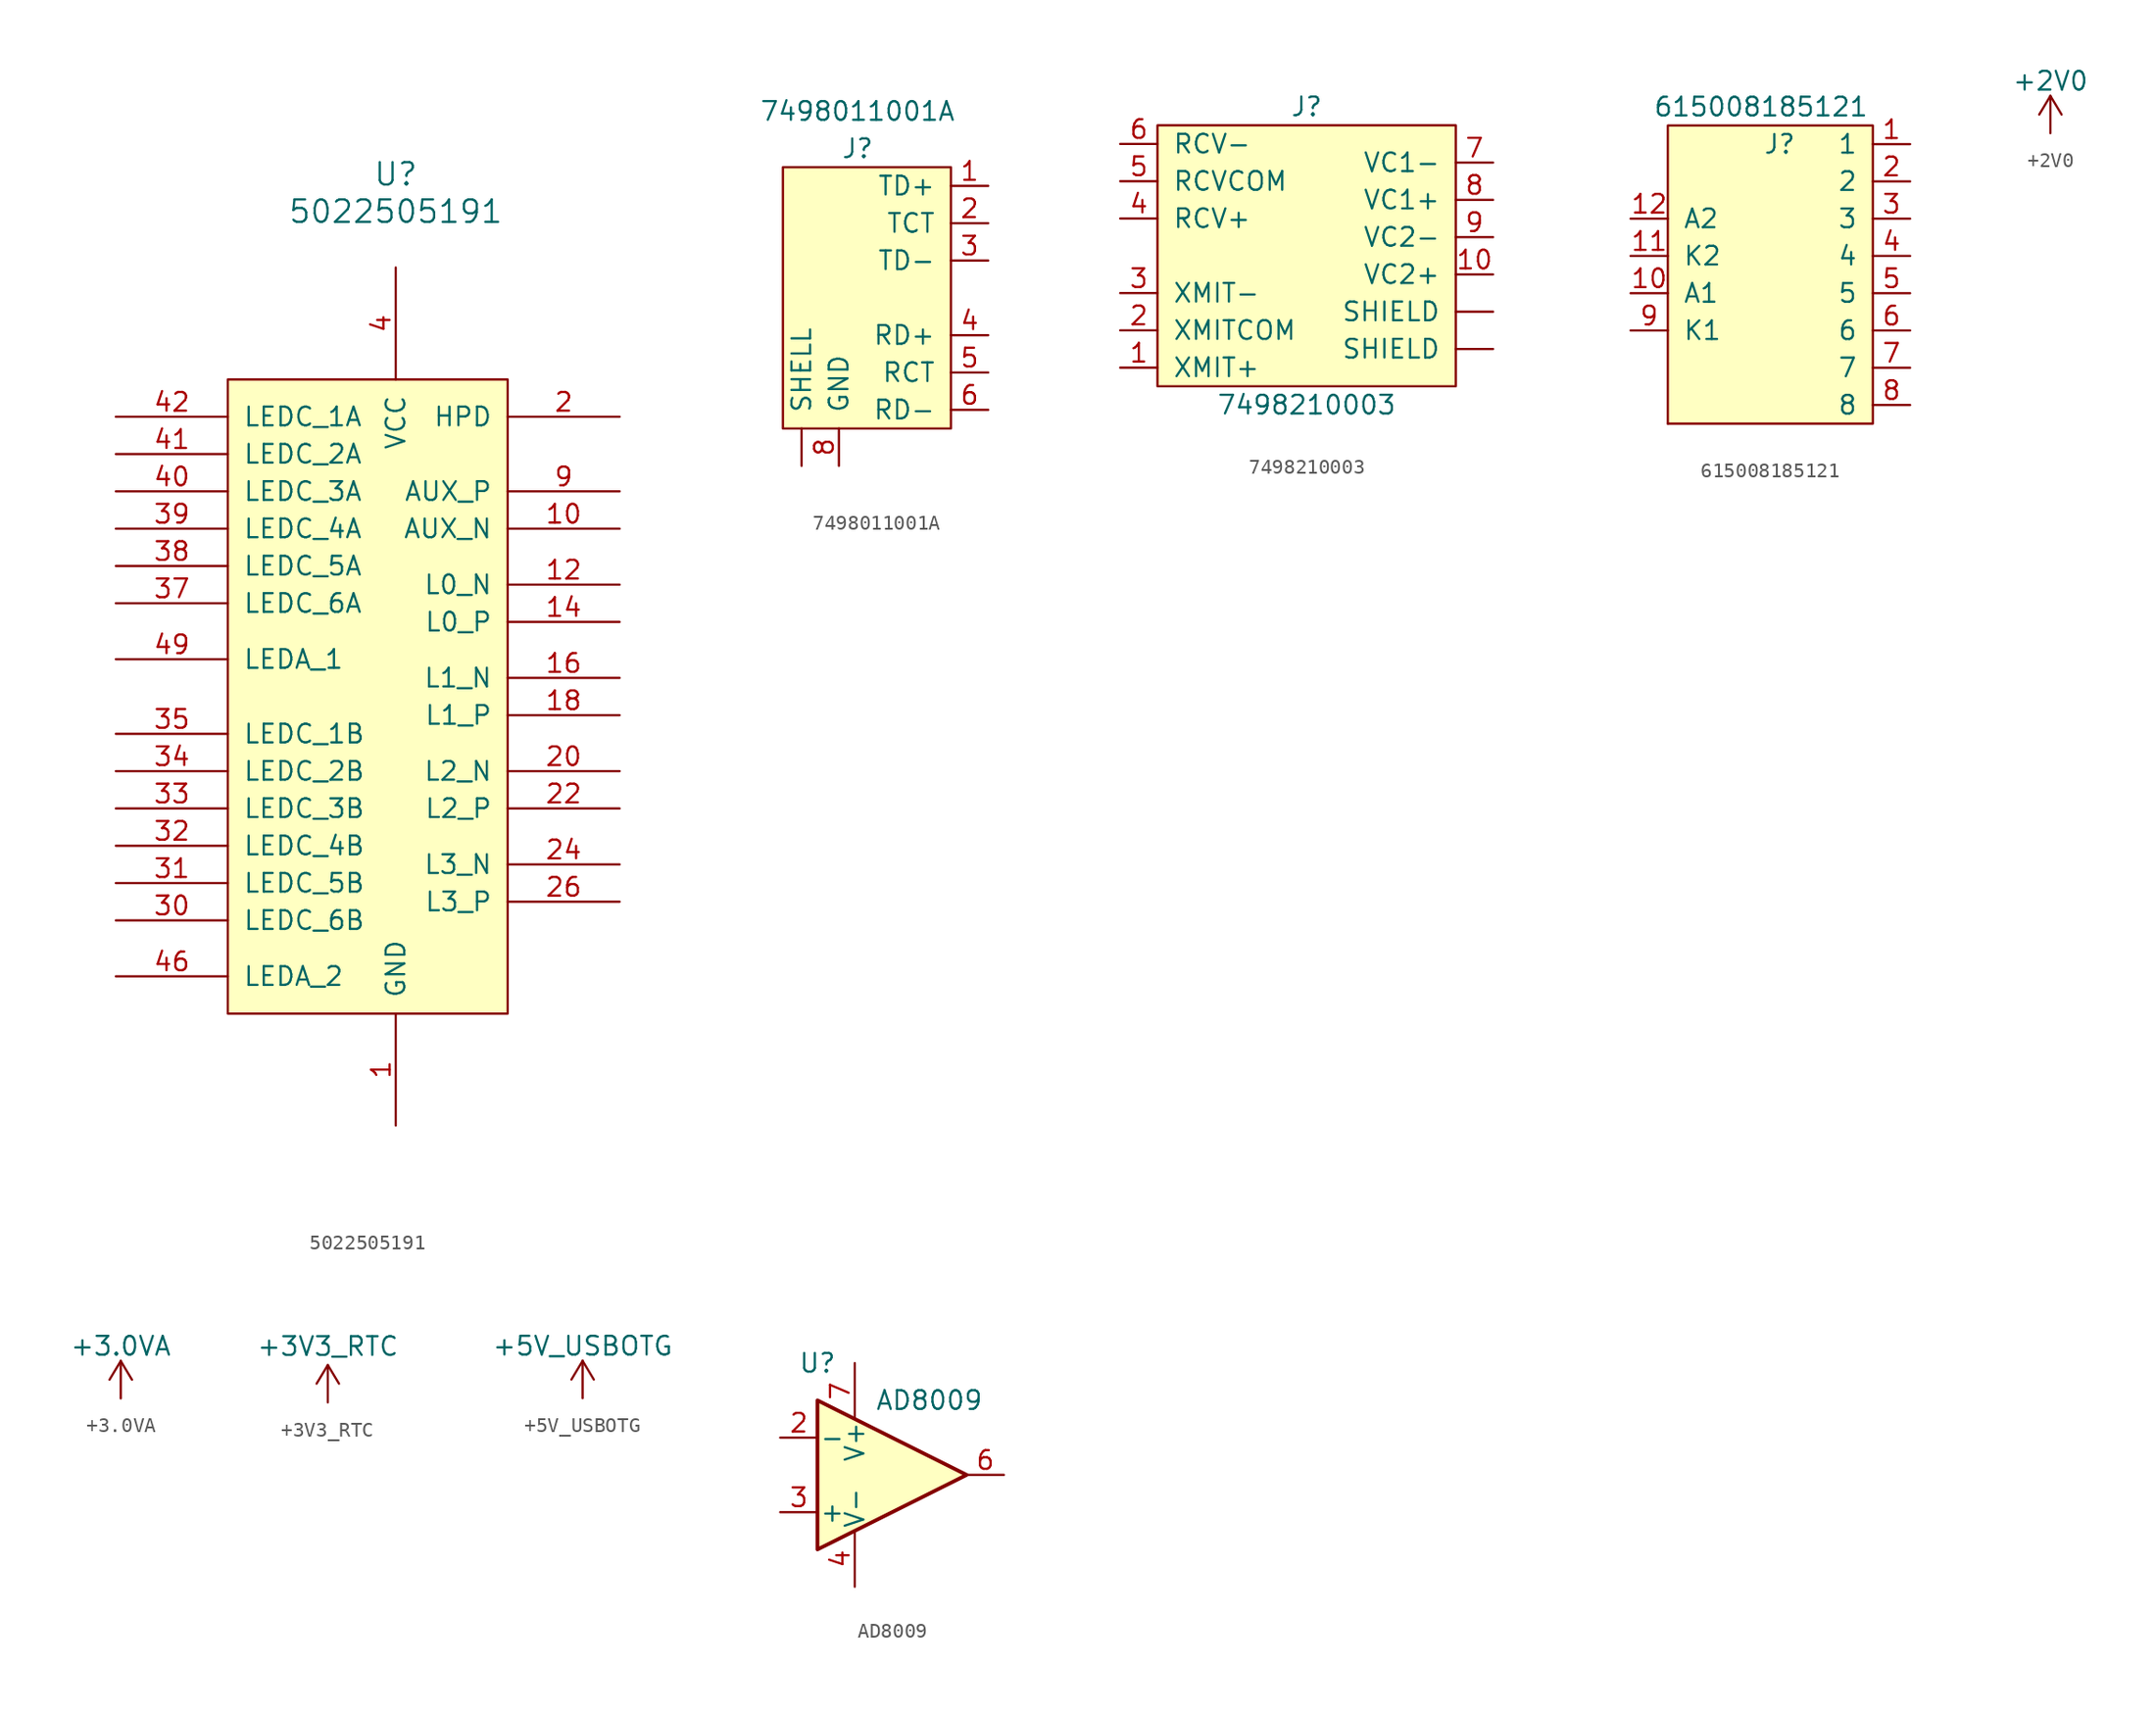
<source format=kicad_sym>
(kicad_symbol_lib
  (version 20231120)
  (generator "kicad_symbol_editor")
  (generator_version "8.0")
  (symbol "5022505191"
    (pin_names
      (offset 1.016))
    (property "Reference" "U"
      (at 0 35.56 0)
      (effects (font (size 1.524 1.524))))
    (property "Value" "5022505191"
      (at 0 33.02 0)
      (effects (font (size 1.524 1.524))))
    (property "Footprint" ""
      (at 0 0 0)
      (effects (font (size 1.524 1.524))))
    (property "Datasheet" ""
      (at 0 0 0)
      (effects (font (size 1.524 1.524))))
    (symbol "5022505191_0_1"
      (rectangle (start -11.43 21.59) (end 7.62 -21.59) (stroke (width 0) (type solid)) (fill (type background))))
    (symbol "5022505191_1_1"
      (pin power_in line (at 0 -29.21 90) (length 7.62) (name "GND" (effects (font (size 1.27 1.27)))) (number "1" (effects (font (size 1.27 1.27)))))
      (pin bidirectional line (at 15.24 11.43 180) (length 7.62) (name "AUX_N" (effects (font (size 1.27 1.27)))) (number "10" (effects (font (size 1.27 1.27)))))
      (pin power_in line (at 0 -29.21 90) (length 7.62) hide (name "GND" (effects (font (size 1.27 1.27)))) (number "11" (effects (font (size 1.27 1.27)))))
      (pin input line (at 15.24 7.62 180) (length 7.62) (name "L0_N" (effects (font (size 1.27 1.27)))) (number "12" (effects (font (size 1.27 1.27)))))
      (pin input line (at 15.24 5.08 180) (length 7.62) (name "L0_P" (effects (font (size 1.27 1.27)))) (number "14" (effects (font (size 1.27 1.27)))))
      (pin power_in line (at 0 -29.21 90) (length 7.62) hide (name "GND" (effects (font (size 1.27 1.27)))) (number "15" (effects (font (size 1.27 1.27)))))
      (pin input line (at 15.24 1.27 180) (length 7.62) (name "L1_N" (effects (font (size 1.27 1.27)))) (number "16" (effects (font (size 1.27 1.27)))))
      (pin input line (at 15.24 -1.27 180) (length 7.62) (name "L1_P" (effects (font (size 1.27 1.27)))) (number "18" (effects (font (size 1.27 1.27)))))
      (pin power_in line (at 0 -29.21 90) (length 7.62) hide (name "GND" (effects (font (size 1.27 1.27)))) (number "19" (effects (font (size 1.27 1.27)))))
      (pin output line (at 15.24 19.05 180) (length 7.62) (name "HPD" (effects (font (size 1.27 1.27)))) (number "2" (effects (font (size 1.27 1.27)))))
      (pin input line (at 15.24 -5.08 180) (length 7.62) (name "L2_N" (effects (font (size 1.27 1.27)))) (number "20" (effects (font (size 1.27 1.27)))))
      (pin input line (at 15.24 -7.62 180) (length 7.62) (name "L2_P" (effects (font (size 1.27 1.27)))) (number "22" (effects (font (size 1.27 1.27)))))
      (pin power_in line (at 0 -29.21 90) (length 7.62) hide (name "GND" (effects (font (size 1.27 1.27)))) (number "23" (effects (font (size 1.27 1.27)))))
      (pin input line (at 15.24 -11.43 180) (length 7.62) (name "L3_N" (effects (font (size 1.27 1.27)))) (number "24" (effects (font (size 1.27 1.27)))))
      (pin input line (at 15.24 -13.97 180) (length 7.62) (name "L3_P" (effects (font (size 1.27 1.27)))) (number "26" (effects (font (size 1.27 1.27)))))
      (pin power_in line (at 0 -29.21 90) (length 7.62) hide (name "GND" (effects (font (size 1.27 1.27)))) (number "27" (effects (font (size 1.27 1.27)))))
      (pin power_in line (at 0 -29.21 90) (length 7.62) hide (name "GND" (effects (font (size 1.27 1.27)))) (number "28" (effects (font (size 1.27 1.27)))))
      (pin power_in line (at 0 -29.21 90) (length 7.62) hide (name "GND" (effects (font (size 1.27 1.27)))) (number "29" (effects (font (size 1.27 1.27)))))
      (pin power_in line (at 0 -29.21 90) (length 7.62) hide (name "GND" (effects (font (size 1.27 1.27)))) (number "3" (effects (font (size 1.27 1.27)))))
      (pin input line (at -19.05 -15.24 0) (length 7.62) (name "LEDC_6B" (effects (font (size 1.27 1.27)))) (number "30" (effects (font (size 1.27 1.27)))))
      (pin input line (at -19.05 -12.7 0) (length 7.62) (name "LEDC_5B" (effects (font (size 1.27 1.27)))) (number "31" (effects (font (size 1.27 1.27)))))
      (pin input line (at -19.05 -10.16 0) (length 7.62) (name "LEDC_4B" (effects (font (size 1.27 1.27)))) (number "32" (effects (font (size 1.27 1.27)))))
      (pin input line (at -19.05 -7.62 0) (length 7.62) (name "LEDC_3B" (effects (font (size 1.27 1.27)))) (number "33" (effects (font (size 1.27 1.27)))))
      (pin input line (at -19.05 -5.08 0) (length 7.62) (name "LEDC_2B" (effects (font (size 1.27 1.27)))) (number "34" (effects (font (size 1.27 1.27)))))
      (pin input line (at -19.05 -2.54 0) (length 7.62) (name "LEDC_1B" (effects (font (size 1.27 1.27)))) (number "35" (effects (font (size 1.27 1.27)))))
      (pin power_in line (at 0 -29.21 90) (length 7.62) hide (name "GND" (effects (font (size 1.27 1.27)))) (number "36" (effects (font (size 1.27 1.27)))))
      (pin input line (at -19.05 6.35 0) (length 7.62) (name "LEDC_6A" (effects (font (size 1.27 1.27)))) (number "37" (effects (font (size 1.27 1.27)))))
      (pin input line (at -19.05 8.89 0) (length 7.62) (name "LEDC_5A" (effects (font (size 1.27 1.27)))) (number "38" (effects (font (size 1.27 1.27)))))
      (pin input line (at -19.05 11.43 0) (length 7.62) (name "LEDC_4A" (effects (font (size 1.27 1.27)))) (number "39" (effects (font (size 1.27 1.27)))))
      (pin power_in line (at 0 29.21 270) (length 7.62) (name "VCC" (effects (font (size 1.27 1.27)))) (number "4" (effects (font (size 1.27 1.27)))))
      (pin input line (at -19.05 13.97 0) (length 7.62) (name "LEDC_3A" (effects (font (size 1.27 1.27)))) (number "40" (effects (font (size 1.27 1.27)))))
      (pin input line (at -19.05 16.51 0) (length 7.62) (name "LEDC_2A" (effects (font (size 1.27 1.27)))) (number "41" (effects (font (size 1.27 1.27)))))
      (pin input line (at -19.05 19.05 0) (length 7.62) (name "LEDC_1A" (effects (font (size 1.27 1.27)))) (number "42" (effects (font (size 1.27 1.27)))))
      (pin power_in line (at 0 -29.21 90) (length 7.62) hide (name "GND" (effects (font (size 1.27 1.27)))) (number "43" (effects (font (size 1.27 1.27)))))
      (pin input line (at -19.05 -19.05 0) (length 7.62) hide (name "LEDA_2" (effects (font (size 1.27 1.27)))) (number "45" (effects (font (size 1.27 1.27)))))
      (pin input line (at -19.05 -19.05 0) (length 7.62) (name "LEDA_2" (effects (font (size 1.27 1.27)))) (number "46" (effects (font (size 1.27 1.27)))))
      (pin input line (at -19.05 2.54 0) (length 7.62) hide (name "LEDA_1" (effects (font (size 1.27 1.27)))) (number "48" (effects (font (size 1.27 1.27)))))
      (pin input line (at -19.05 2.54 0) (length 7.62) (name "LEDA_1" (effects (font (size 1.27 1.27)))) (number "49" (effects (font (size 1.27 1.27)))))
      (pin power_in line (at 0 29.21 270) (length 7.62) hide (name "VCC" (effects (font (size 1.27 1.27)))) (number "5" (effects (font (size 1.27 1.27)))))
      (pin power_in line (at 0 -29.21 90) (length 7.62) hide (name "GND" (effects (font (size 1.27 1.27)))) (number "51" (effects (font (size 1.27 1.27)))))
      (pin power_in line (at 0 29.21 270) (length 7.62) hide (name "VCC" (effects (font (size 1.27 1.27)))) (number "6" (effects (font (size 1.27 1.27)))))
      (pin power_in line (at 0 29.21 270) (length 7.62) hide (name "VCC" (effects (font (size 1.27 1.27)))) (number "7" (effects (font (size 1.27 1.27)))))
      (pin power_in line (at 0 -29.21 90) (length 7.62) hide (name "GND" (effects (font (size 1.27 1.27)))) (number "8" (effects (font (size 1.27 1.27)))))
      (pin bidirectional line (at 15.24 13.97 180) (length 7.62) (name "AUX_P" (effects (font (size 1.27 1.27)))) (number "9" (effects (font (size 1.27 1.27)))))))
  (symbol "7498011001A"
    (pin_names
      (offset 1.016))
    (property "Reference" "J"
      (at 0 10.16 0)
      (effects (font (size 1.27 1.27))))
    (property "Value" "7498011001A"
      (at 0 12.7 0)
      (effects (font (size 1.27 1.27))))
    (symbol "7498011001A_0_1"
      (rectangle (start 6.35 -8.89) (end -5.08 8.89) (stroke (width 0) (type solid)) (fill (type background))))
    (symbol "7498011001A_1_1"
      (pin input line (at 8.89 7.62 180) (length 2.54) (name "TD+" (effects (font (size 1.27 1.27)))) (number "1" (effects (font (size 1.27 1.27)))))
      (pin input line (at 8.89 5.08 180) (length 2.54) (name "TCT" (effects (font (size 1.27 1.27)))) (number "2" (effects (font (size 1.27 1.27)))))
      (pin input line (at 8.89 2.54 180) (length 2.54) (name "TD-" (effects (font (size 1.27 1.27)))) (number "3" (effects (font (size 1.27 1.27)))))
      (pin input line (at 8.89 -2.54 180) (length 2.54) (name "RD+" (effects (font (size 1.27 1.27)))) (number "4" (effects (font (size 1.27 1.27)))))
      (pin input line (at 8.89 -5.08 180) (length 2.54) (name "RCT" (effects (font (size 1.27 1.27)))) (number "5" (effects (font (size 1.27 1.27)))))
      (pin input line (at 8.89 -7.62 180) (length 2.54) (name "RD-" (effects (font (size 1.27 1.27)))) (number "6" (effects (font (size 1.27 1.27)))))
      (pin input line (at -1.27 -11.43 90) (length 2.54) (name "GND" (effects (font (size 1.27 1.27)))) (number "8" (effects (font (size 1.27 1.27)))))
      (pin input line (at -3.81 -11.43 90) (length 2.54) (name "SHELL" (effects (font (size 1.27 1.27)))) (number "~" (effects (font (size 1.27 1.27)))))))
  (symbol "7498210003"
    (pin_names
      (offset 1.016))
    (property "Reference" "J"
      (at 0 10.16 0)
      (effects (font (size 1.27 1.27))))
    (property "Value" "7498210003"
      (at 0 -10.16 0)
      (effects (font (size 1.27 1.27))))
    (symbol "7498210003_0_1"
      (rectangle (start -10.16 8.89) (end 10.16 -8.89) (stroke (width 0) (type solid)) (fill (type background))))
    (symbol "7498210003_1_1"
      (pin input line (at -12.7 -7.62 0) (length 2.54) (name "XMIT+" (effects (font (size 1.27 1.27)))) (number "1" (effects (font (size 1.27 1.27)))))
      (pin input line (at 12.7 -1.27 180) (length 2.54) (name "VC2+" (effects (font (size 1.27 1.27)))) (number "10" (effects (font (size 1.27 1.27)))))
      (pin input line (at -12.7 -5.08 0) (length 2.54) (name "XMITCOM" (effects (font (size 1.27 1.27)))) (number "2" (effects (font (size 1.27 1.27)))))
      (pin input line (at -12.7 -2.54 0) (length 2.54) (name "XMIT-" (effects (font (size 1.27 1.27)))) (number "3" (effects (font (size 1.27 1.27)))))
      (pin input line (at -12.7 2.54 0) (length 2.54) (name "RCV+" (effects (font (size 1.27 1.27)))) (number "4" (effects (font (size 1.27 1.27)))))
      (pin input line (at -12.7 5.08 0) (length 2.54) (name "RCVCOM" (effects (font (size 1.27 1.27)))) (number "5" (effects (font (size 1.27 1.27)))))
      (pin input line (at -12.7 7.62 0) (length 2.54) (name "RCV-" (effects (font (size 1.27 1.27)))) (number "6" (effects (font (size 1.27 1.27)))))
      (pin input line (at 12.7 6.35 180) (length 2.54) (name "VC1-" (effects (font (size 1.27 1.27)))) (number "7" (effects (font (size 1.27 1.27)))))
      (pin input line (at 12.7 3.81 180) (length 2.54) (name "VC1+" (effects (font (size 1.27 1.27)))) (number "8" (effects (font (size 1.27 1.27)))))
      (pin input line (at 12.7 1.27 180) (length 2.54) (name "VC2-" (effects (font (size 1.27 1.27)))) (number "9" (effects (font (size 1.27 1.27)))))
      (pin input line (at 12.7 -6.35 180) (length 2.54) (name "SHIELD" (effects (font (size 1.27 1.27)))) (number "~" (effects (font (size 1.27 1.27)))))
      (pin input line (at 12.7 -3.81 180) (length 2.54) (name "SHIELD" (effects (font (size 1.27 1.27)))) (number "~" (effects (font (size 1.27 1.27)))))))
  (symbol "615008185121"
    (pin_names
      (offset 1.016))
    (property "Reference" "J"
      (at 0 8.89 0)
      (effects (font (size 1.27 1.27))))
    (property "Value" "615008185121"
      (at -1.27 11.43 0)
      (effects (font (size 1.27 1.27))))
    (symbol "615008185121_0_1"
      (rectangle (start -7.62 -10.16) (end -7.62 -10.16) (stroke (width 0) (type solid)) (fill (type none)))
      (rectangle (start 6.35 10.16) (end -7.62 -10.16) (stroke (width 0) (type solid)) (fill (type background))))
    (symbol "615008185121_1_1"
      (pin input line (at 8.89 8.89 180) (length 2.54) (name "1" (effects (font (size 1.27 1.27)))) (number "1" (effects (font (size 1.27 1.27)))))
      (pin input line (at -10.16 -1.27 0) (length 2.54) (name "A1" (effects (font (size 1.27 1.27)))) (number "10" (effects (font (size 1.27 1.27)))))
      (pin input line (at -10.16 1.27 0) (length 2.54) (name "K2" (effects (font (size 1.27 1.27)))) (number "11" (effects (font (size 1.27 1.27)))))
      (pin input line (at -10.16 3.81 0) (length 2.54) (name "A2" (effects (font (size 1.27 1.27)))) (number "12" (effects (font (size 1.27 1.27)))))
      (pin input line (at 8.89 6.35 180) (length 2.54) (name "2" (effects (font (size 1.27 1.27)))) (number "2" (effects (font (size 1.27 1.27)))))
      (pin input line (at 8.89 3.81 180) (length 2.54) (name "3" (effects (font (size 1.27 1.27)))) (number "3" (effects (font (size 1.27 1.27)))))
      (pin input line (at 8.89 1.27 180) (length 2.54) (name "4" (effects (font (size 1.27 1.27)))) (number "4" (effects (font (size 1.27 1.27)))))
      (pin input line (at 8.89 -1.27 180) (length 2.54) (name "5" (effects (font (size 1.27 1.27)))) (number "5" (effects (font (size 1.27 1.27)))))
      (pin input line (at 8.89 -3.81 180) (length 2.54) (name "6" (effects (font (size 1.27 1.27)))) (number "6" (effects (font (size 1.27 1.27)))))
      (pin input line (at 8.89 -6.35 180) (length 2.54) (name "7" (effects (font (size 1.27 1.27)))) (number "7" (effects (font (size 1.27 1.27)))))
      (pin input line (at 8.89 -8.89 180) (length 2.54) (name "8" (effects (font (size 1.27 1.27)))) (number "8" (effects (font (size 1.27 1.27)))))
      (pin input line (at -10.16 -3.81 0) (length 2.54) (name "K1" (effects (font (size 1.27 1.27)))) (number "9" (effects (font (size 1.27 1.27)))))))
  (symbol "+2V0"
    (power)
    (pin_names
      (offset 0))
    (property "Reference" "#PWR"
      (at 0 -3.81 0)
      (effects (font (size 1.27 1.27)) (hide yes)))
    (property "Value" "+2V0"
      (at 0 3.556 0)
      (effects (font (size 1.27 1.27))))
    (symbol "+2V0_0_1"
      (polyline (pts (xy -0.762 1.27) (xy 0 2.54)) (stroke (width 0) (type solid)) (fill (type none)))
      (polyline (pts (xy 0 0) (xy 0 2.54)) (stroke (width 0) (type solid)) (fill (type none)))
      (polyline (pts (xy 0 2.54) (xy 0.762 1.27)) (stroke (width 0) (type solid)) (fill (type none))))
    (symbol "+2V0_1_1"
      (pin power_in line (at 0 0 90) (length 0) hide (name "+2V5" (effects (font (size 1.27 1.27)))) (number "1" (effects (font (size 1.27 1.27)))))))
  (symbol "+3.0VA"
    (power)
    (pin_names
      (offset 0))
    (property "Reference" "#PWR"
      (at 0 -3.81 0)
      (effects (font (size 1.27 1.27)) (hide yes)))
    (property "Value" "+3.0VA"
      (at 0 3.556 0)
      (effects (font (size 1.27 1.27))))
    (property "Footprint" ""
      (at 0 0 0)
      (effects (font (size 1.524 1.524))))
    (property "Datasheet" ""
      (at 0 0 0)
      (effects (font (size 1.524 1.524))))
    (symbol "+3.0VA_0_1"
      (polyline (pts (xy -0.762 1.27) (xy 0 2.54)) (stroke (width 0) (type solid)) (fill (type none)))
      (polyline (pts (xy 0 0) (xy 0 2.54)) (stroke (width 0) (type solid)) (fill (type none)))
      (polyline (pts (xy 0 2.54) (xy 0.762 1.27)) (stroke (width 0) (type solid)) (fill (type none))))
    (symbol "+3.0VA_1_1"
      (pin power_in line (at 0 0 90) (length 0) hide (name "+3.0VA" (effects (font (size 1.27 1.27)))) (number "1" (effects (font (size 1.27 1.27)))))))
  (symbol "+3V3_RTC"
    (power)
    (pin_names
      (offset 0))
    (property "Reference" "#PWR"
      (at 0 -7.62 0)
      (effects (font (size 1.524 1.524)) (hide yes)))
    (property "Value" "+3V3_RTC"
      (at 0 3.81 0)
      (effects (font (size 1.27 1.27))))
    (symbol "+3V3_RTC_1_1"
      (polyline (pts (xy -0.762 1.27) (xy 0 2.54)) (stroke (width 0) (type solid)) (fill (type none)))
      (polyline (pts (xy 0 0) (xy 0 2.54)) (stroke (width 0) (type solid)) (fill (type none)))
      (polyline (pts (xy 0 2.54) (xy 0.762 1.27)) (stroke (width 0) (type solid)) (fill (type none)))
      (pin power_in line (at 0 0 90) (length 0) hide (name "+3.3V_RTC" (effects (font (size 1.27 1.27)))) (number "1" (effects (font (size 1.27 1.27)))))))
  (symbol "+5V_USBOTG"
    (power)
    (pin_names
      (offset 0))
    (property "Reference" "#PWR"
      (at 0 -3.81 0)
      (effects (font (size 1.27 1.27)) (hide yes)))
    (property "Value" "+5V_USBOTG"
      (at 0 3.556 0)
      (effects (font (size 1.27 1.27))))
    (property "Footprint" ""
      (at 0 0 0)
      (effects (font (size 1.524 1.524))))
    (property "Datasheet" ""
      (at 0 0 0)
      (effects (font (size 1.524 1.524))))
    (symbol "+5V_USBOTG_0_1"
      (polyline (pts (xy -0.762 1.27) (xy 0 2.54)) (stroke (width 0) (type solid)) (fill (type none)))
      (polyline (pts (xy 0 0) (xy 0 2.54)) (stroke (width 0) (type solid)) (fill (type none)))
      (polyline (pts (xy 0 2.54) (xy 0.762 1.27)) (stroke (width 0) (type solid)) (fill (type none))))
    (symbol "+5V_USBOTG_1_1"
      (pin power_in line (at 0 0 90) (length 0) hide (name "+5V_USBOTG" (effects (font (size 1.27 1.27)))) (number "1" (effects (font (size 1.27 1.27)))))))
  (symbol "AD8009"
    (pin_names
      (offset 0.127))
    (property "Reference" "U"
      (at -5.08 7.62 0)
      (effects (font (size 1.27 1.27))))
    (property "Value" "AD8009"
      (at 2.54 5.08 0)
      (effects (font (size 1.27 1.27))))
    (symbol "AD8009_0_1"
      (polyline (pts (xy -5.08 5.08) (xy 5.08 0) (xy -5.08 -5.08) (xy -5.08 5.08)) (stroke (width 0.254) (type solid)) (fill (type background))))
    (symbol "AD8009_1_1"
      (pin input line (at -7.62 2.54 0) (length 2.54) (name "-" (effects (font (size 1.27 1.27)))) (number "2" (effects (font (size 1.27 1.27)))))
      (pin input line (at -7.62 -2.54 0) (length 2.54) (name "+" (effects (font (size 1.27 1.27)))) (number "3" (effects (font (size 1.27 1.27)))))
      (pin power_in line (at -2.54 -7.62 90) (length 3.81) (name "V-" (effects (font (size 1.27 1.27)))) (number "4" (effects (font (size 1.27 1.27)))))
      (pin output line (at 7.62 0 180) (length 2.54) (name "~" (effects (font (size 1.27 1.27)))) (number "6" (effects (font (size 1.27 1.27)))))
      (pin power_in line (at -2.54 7.62 270) (length 3.81) (name "V+" (effects (font (size 1.27 1.27)))) (number "7" (effects (font (size 1.27 1.27))))))))
</source>
